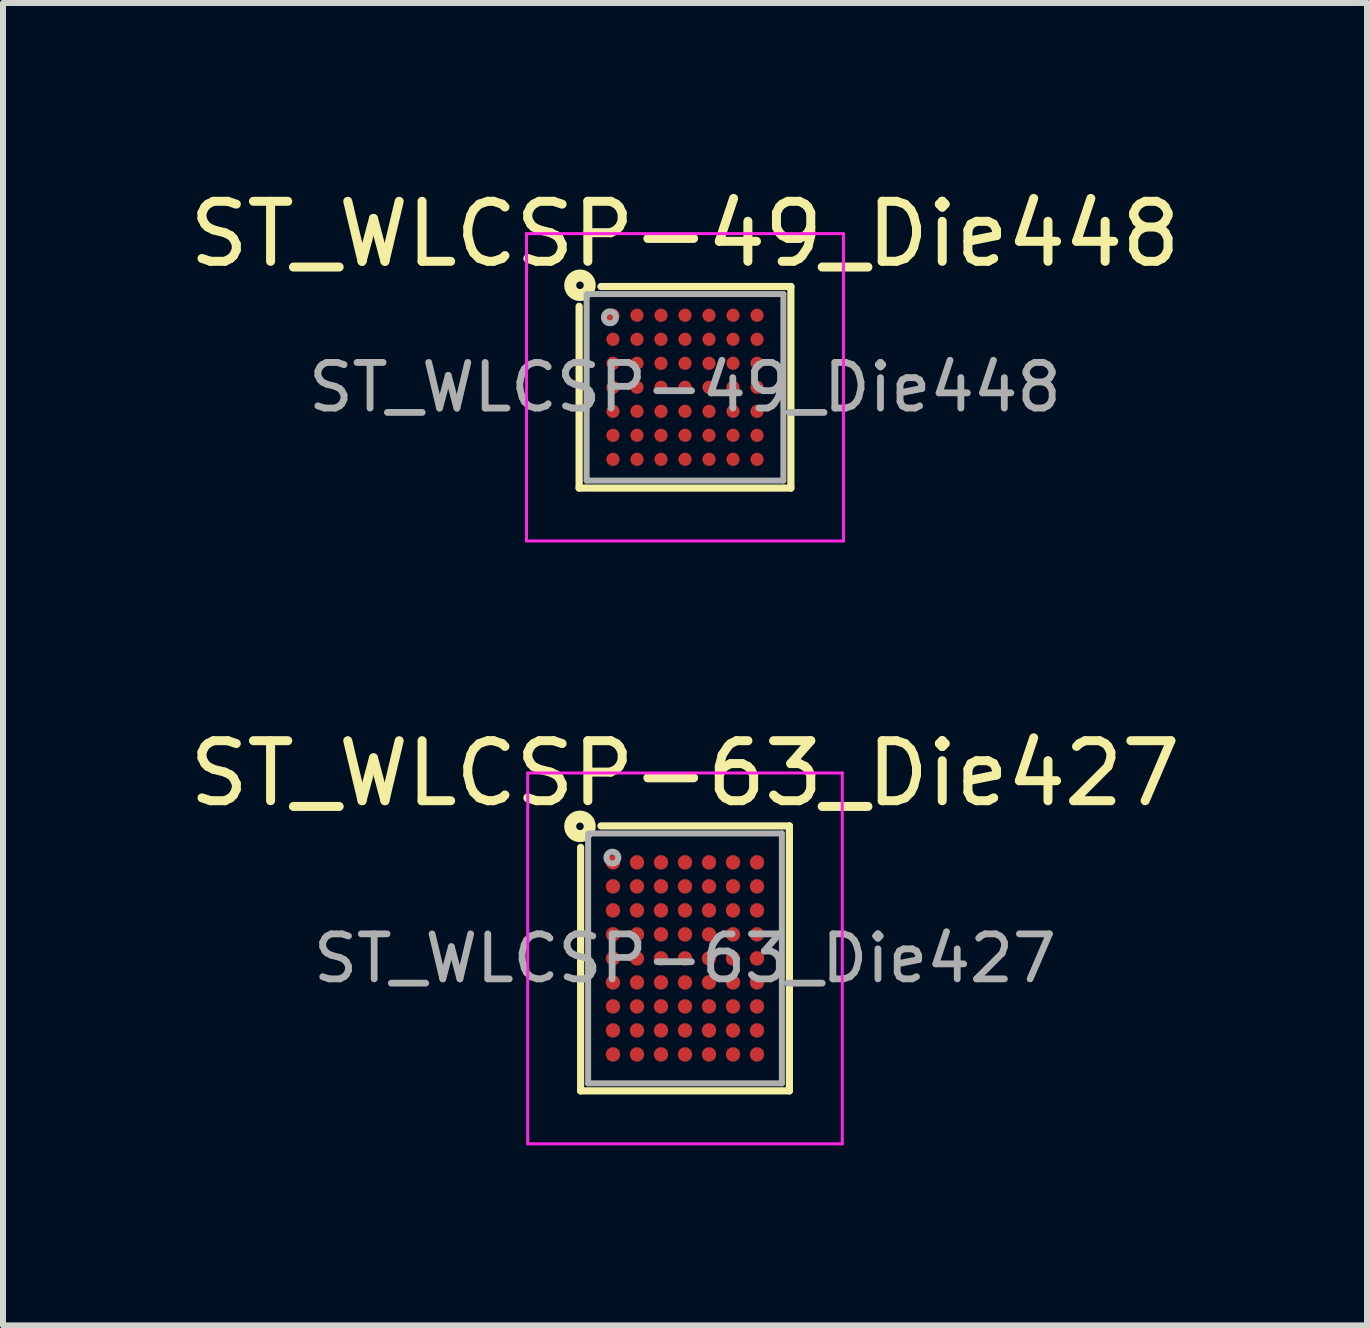
<source format=kicad_pcb>
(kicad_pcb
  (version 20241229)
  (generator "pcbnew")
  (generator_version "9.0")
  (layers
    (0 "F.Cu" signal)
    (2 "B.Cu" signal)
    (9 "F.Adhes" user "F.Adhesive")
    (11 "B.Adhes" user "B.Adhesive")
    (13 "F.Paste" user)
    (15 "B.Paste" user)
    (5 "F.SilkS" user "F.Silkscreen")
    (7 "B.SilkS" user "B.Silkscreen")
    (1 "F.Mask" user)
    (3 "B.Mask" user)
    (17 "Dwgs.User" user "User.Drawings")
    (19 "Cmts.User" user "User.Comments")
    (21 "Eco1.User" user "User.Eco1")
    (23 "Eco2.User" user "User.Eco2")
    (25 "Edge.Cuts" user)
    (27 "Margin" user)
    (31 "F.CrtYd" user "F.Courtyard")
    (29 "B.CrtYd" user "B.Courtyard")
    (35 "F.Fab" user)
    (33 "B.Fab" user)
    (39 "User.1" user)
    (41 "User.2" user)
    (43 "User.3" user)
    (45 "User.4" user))
  (footprint "ST_WLCSP-63_Die427"
    (layer "F.Cu")
    (at 8.363 12.918)
    (property "Reference" "ST_WLCSP-63_Die427" (at 0 -3.082 0) (layer "F.SilkS") (effects (font (size 1 1) (thickness 0.15))))
    (attr smd)
    (fp_line (start -1.739 2.207) (end -1.739 -1.85) (stroke (width 0.12) (type solid)) (layer "F.SilkS"))
    (fp_line (start -1.4 -2.207) (end 1.739 -2.207) (stroke (width 0.12) (type solid)) (layer "F.SilkS"))
    (fp_line (start 1.739 -2.207) (end 1.739 2.207) (stroke (width 0.12) (type solid)) (layer "F.SilkS"))
    (fp_line (start 1.739 2.207) (end -1.739 2.207) (stroke (width 0.12) (type solid)) (layer "F.SilkS"))
    (fp_circle (center -1.75 -2.2) (end -1.687 -2.2) (stroke (width 0.2) (type solid)) (fill no) (layer "F.SilkS"))
    (fp_line (start -2.62 -3.09) (end -2.62 3.09) (stroke (width 0.05) (type solid)) (layer "F.CrtYd"))
    (fp_line (start -2.62 3.09) (end 2.62 3.09) (stroke (width 0.05) (type solid)) (layer "F.CrtYd"))
    (fp_line (start 2.62 -3.09) (end -2.62 -3.09) (stroke (width 0.05) (type solid)) (layer "F.CrtYd"))
    (fp_line (start 2.62 3.09) (end 2.62 -3.09) (stroke (width 0.05) (type solid)) (layer "F.CrtYd"))
    (fp_line (start -1.614 2.082) (end -1.614 -2.07) (stroke (width 0.1) (type solid)) (layer "F.Fab"))
    (fp_line (start -1.61 -2.082) (end 1.614 -2.082) (stroke (width 0.1) (type solid)) (layer "F.Fab"))
    (fp_line (start 1.614 -2.082) (end 1.614 2.082) (stroke (width 0.1) (type solid)) (layer "F.Fab"))
    (fp_line (start 1.614 2.082) (end -1.614 2.082) (stroke (width 0.1) (type solid)) (layer "F.Fab"))
    (fp_circle (center -1.21 -1.679) (end -1.111 -1.679) (stroke (width 0.1) (type solid)) (fill no) (layer "F.Fab"))
    (fp_text user "${REFERENCE}" (at 0 0 0) (layer "F.Fab") (effects (font (size 0.75 0.75) (thickness 0.113))))
    (pad "A1" smd circle (at -1.2 -1.6) (size 0.24 0.24) (layers "F.Cu" "F.Mask" "F.Paste"))
    (pad "A2" smd circle (at -0.8 -1.6) (size 0.24 0.24) (layers "F.Cu" "F.Mask" "F.Paste"))
    (pad "A3" smd circle (at -0.4 -1.6) (size 0.24 0.24) (layers "F.Cu" "F.Mask" "F.Paste"))
    (pad "A4" smd circle (at 0 -1.6) (size 0.24 0.24) (layers "F.Cu" "F.Mask" "F.Paste"))
    (pad "A5" smd circle (at 0.4 -1.6) (size 0.24 0.24) (layers "F.Cu" "F.Mask" "F.Paste"))
    (pad "A6" smd circle (at 0.8 -1.6) (size 0.24 0.24) (layers "F.Cu" "F.Mask" "F.Paste"))
    (pad "A7" smd circle (at 1.2 -1.6) (size 0.24 0.24) (layers "F.Cu" "F.Mask" "F.Paste"))
    (pad "B1" smd circle (at -1.2 -1.2) (size 0.24 0.24) (layers "F.Cu" "F.Mask" "F.Paste"))
    (pad "B2" smd circle (at -0.8 -1.2) (size 0.24 0.24) (layers "F.Cu" "F.Mask" "F.Paste"))
    (pad "B3" smd circle (at -0.4 -1.2) (size 0.24 0.24) (layers "F.Cu" "F.Mask" "F.Paste"))
    (pad "B4" smd circle (at 0 -1.2) (size 0.24 0.24) (layers "F.Cu" "F.Mask" "F.Paste"))
    (pad "B5" smd circle (at 0.4 -1.2) (size 0.24 0.24) (layers "F.Cu" "F.Mask" "F.Paste"))
    (pad "B6" smd circle (at 0.8 -1.2) (size 0.24 0.24) (layers "F.Cu" "F.Mask" "F.Paste"))
    (pad "B7" smd circle (at 1.2 -1.2) (size 0.24 0.24) (layers "F.Cu" "F.Mask" "F.Paste"))
    (pad "C1" smd circle (at -1.2 -0.8) (size 0.24 0.24) (layers "F.Cu" "F.Mask" "F.Paste"))
    (pad "C2" smd circle (at -0.8 -0.8) (size 0.24 0.24) (layers "F.Cu" "F.Mask" "F.Paste"))
    (pad "C3" smd circle (at -0.4 -0.8) (size 0.24 0.24) (layers "F.Cu" "F.Mask" "F.Paste"))
    (pad "C4" smd circle (at 0 -0.8) (size 0.24 0.24) (layers "F.Cu" "F.Mask" "F.Paste"))
    (pad "C5" smd circle (at 0.4 -0.8) (size 0.24 0.24) (layers "F.Cu" "F.Mask" "F.Paste"))
    (pad "C6" smd circle (at 0.8 -0.8) (size 0.24 0.24) (layers "F.Cu" "F.Mask" "F.Paste"))
    (pad "C7" smd circle (at 1.2 -0.8) (size 0.24 0.24) (layers "F.Cu" "F.Mask" "F.Paste"))
    (pad "D1" smd circle (at -1.2 -0.4) (size 0.24 0.24) (layers "F.Cu" "F.Mask" "F.Paste"))
    (pad "D2" smd circle (at -0.8 -0.4) (size 0.24 0.24) (layers "F.Cu" "F.Mask" "F.Paste"))
    (pad "D3" smd circle (at -0.4 -0.4) (size 0.24 0.24) (layers "F.Cu" "F.Mask" "F.Paste"))
    (pad "D4" smd circle (at 0 -0.4) (size 0.24 0.24) (layers "F.Cu" "F.Mask" "F.Paste"))
    (pad "D5" smd circle (at 0.4 -0.4) (size 0.24 0.24) (layers "F.Cu" "F.Mask" "F.Paste"))
    (pad "D6" smd circle (at 0.8 -0.4) (size 0.24 0.24) (layers "F.Cu" "F.Mask" "F.Paste"))
    (pad "D7" smd circle (at 1.2 -0.4) (size 0.24 0.24) (layers "F.Cu" "F.Mask" "F.Paste"))
    (pad "E1" smd circle (at -1.2 0) (size 0.24 0.24) (layers "F.Cu" "F.Mask" "F.Paste"))
    (pad "E2" smd circle (at -0.8 0) (size 0.24 0.24) (layers "F.Cu" "F.Mask" "F.Paste"))
    (pad "E3" smd circle (at -0.4 0) (size 0.24 0.24) (layers "F.Cu" "F.Mask" "F.Paste"))
    (pad "E4" smd circle (at 0 0) (size 0.24 0.24) (layers "F.Cu" "F.Mask" "F.Paste"))
    (pad "E5" smd circle (at 0.4 0) (size 0.24 0.24) (layers "F.Cu" "F.Mask" "F.Paste"))
    (pad "E6" smd circle (at 0.8 0) (size 0.24 0.24) (layers "F.Cu" "F.Mask" "F.Paste"))
    (pad "E7" smd circle (at 1.2 0) (size 0.24 0.24) (layers "F.Cu" "F.Mask" "F.Paste"))
    (pad "F1" smd circle (at -1.2 0.4) (size 0.24 0.24) (layers "F.Cu" "F.Mask" "F.Paste"))
    (pad "F2" smd circle (at -0.8 0.4) (size 0.24 0.24) (layers "F.Cu" "F.Mask" "F.Paste"))
    (pad "F3" smd circle (at -0.4 0.4) (size 0.24 0.24) (layers "F.Cu" "F.Mask" "F.Paste"))
    (pad "F4" smd circle (at 0 0.4) (size 0.24 0.24) (layers "F.Cu" "F.Mask" "F.Paste"))
    (pad "F5" smd circle (at 0.4 0.4) (size 0.24 0.24) (layers "F.Cu" "F.Mask" "F.Paste"))
    (pad "F6" smd circle (at 0.8 0.4) (size 0.24 0.24) (layers "F.Cu" "F.Mask" "F.Paste"))
    (pad "F7" smd circle (at 1.2 0.4) (size 0.24 0.24) (layers "F.Cu" "F.Mask" "F.Paste"))
    (pad "G1" smd circle (at -1.2 0.8) (size 0.24 0.24) (layers "F.Cu" "F.Mask" "F.Paste"))
    (pad "G2" smd circle (at -0.8 0.8) (size 0.24 0.24) (layers "F.Cu" "F.Mask" "F.Paste"))
    (pad "G3" smd circle (at -0.4 0.8) (size 0.24 0.24) (layers "F.Cu" "F.Mask" "F.Paste"))
    (pad "G4" smd circle (at 0 0.8) (size 0.24 0.24) (layers "F.Cu" "F.Mask" "F.Paste"))
    (pad "G5" smd circle (at 0.4 0.8) (size 0.24 0.24) (layers "F.Cu" "F.Mask" "F.Paste"))
    (pad "G6" smd circle (at 0.8 0.8) (size 0.24 0.24) (layers "F.Cu" "F.Mask" "F.Paste"))
    (pad "G7" smd circle (at 1.2 0.8) (size 0.24 0.24) (layers "F.Cu" "F.Mask" "F.Paste"))
    (pad "H1" smd circle (at -1.2 1.2) (size 0.24 0.24) (layers "F.Cu" "F.Mask" "F.Paste"))
    (pad "H2" smd circle (at -0.8 1.2) (size 0.24 0.24) (layers "F.Cu" "F.Mask" "F.Paste"))
    (pad "H3" smd circle (at -0.4 1.2) (size 0.24 0.24) (layers "F.Cu" "F.Mask" "F.Paste"))
    (pad "H4" smd circle (at 0 1.2) (size 0.24 0.24) (layers "F.Cu" "F.Mask" "F.Paste"))
    (pad "H5" smd circle (at 0.4 1.2) (size 0.24 0.24) (layers "F.Cu" "F.Mask" "F.Paste"))
    (pad "H6" smd circle (at 0.8 1.2) (size 0.24 0.24) (layers "F.Cu" "F.Mask" "F.Paste"))
    (pad "H7" smd circle (at 1.2 1.2) (size 0.24 0.24) (layers "F.Cu" "F.Mask" "F.Paste"))
    (pad "J1" smd circle (at -1.2 1.6) (size 0.24 0.24) (layers "F.Cu" "F.Mask" "F.Paste"))
    (pad "J2" smd circle (at -0.8 1.6) (size 0.24 0.24) (layers "F.Cu" "F.Mask" "F.Paste"))
    (pad "J3" smd circle (at -0.4 1.6) (size 0.24 0.24) (layers "F.Cu" "F.Mask" "F.Paste"))
    (pad "J4" smd circle (at 0 1.6) (size 0.24 0.24) (layers "F.Cu" "F.Mask" "F.Paste"))
    (pad "J5" smd circle (at 0.4 1.6) (size 0.24 0.24) (layers "F.Cu" "F.Mask" "F.Paste"))
    (pad "J6" smd circle (at 0.8 1.6) (size 0.24 0.24) (layers "F.Cu" "F.Mask" "F.Paste"))
    (pad "J7" smd circle (at 1.2 1.6) (size 0.24 0.24) (layers "F.Cu" "F.Mask" "F.Paste")))
  (footprint "ST_WLCSP-49_Die448"
    (layer "F.Cu")
    (at 8.363 3.403)
    (property "Reference" "ST_WLCSP-49_Die448" (at 0 -2.554 0) (layer "F.SilkS") (effects (font (size 1 1) (thickness 0.15))))
    (attr smd)
    (fp_line (start -1.764 1.679) (end -1.764 -1.35) (stroke (width 0.12) (type solid)) (layer "F.SilkS"))
    (fp_line (start -1.4 -1.679) (end 1.764 -1.679) (stroke (width 0.12) (type solid)) (layer "F.SilkS"))
    (fp_line (start 1.764 -1.679) (end 1.764 1.679) (stroke (width 0.12) (type solid)) (layer "F.SilkS"))
    (fp_line (start 1.764 1.679) (end -1.764 1.679) (stroke (width 0.12) (type solid)) (layer "F.SilkS"))
    (fp_circle (center -1.75 -1.7) (end -1.687 -1.7) (stroke (width 0.2) (type solid)) (fill no) (layer "F.SilkS"))
    (fp_line (start -2.64 -2.56) (end -2.64 2.56) (stroke (width 0.05) (type solid)) (layer "F.CrtYd"))
    (fp_line (start -2.64 2.56) (end 2.64 2.56) (stroke (width 0.05) (type solid)) (layer "F.CrtYd"))
    (fp_line (start 2.64 -2.56) (end -2.64 -2.56) (stroke (width 0.05) (type solid)) (layer "F.CrtYd"))
    (fp_line (start 2.64 2.56) (end 2.64 -2.56) (stroke (width 0.05) (type solid)) (layer "F.CrtYd"))
    (fp_line (start -1.639 1.554) (end -1.639 -1.55) (stroke (width 0.1) (type solid)) (layer "F.Fab"))
    (fp_line (start -1.63 -1.554) (end 1.639 -1.554) (stroke (width 0.1) (type solid)) (layer "F.Fab"))
    (fp_line (start 1.639 -1.554) (end 1.639 1.554) (stroke (width 0.1) (type solid)) (layer "F.Fab"))
    (fp_line (start 1.639 1.554) (end -1.639 1.554) (stroke (width 0.1) (type solid)) (layer "F.Fab"))
    (fp_circle (center -1.25 -1.166) (end -1.15 -1.166) (stroke (width 0.1) (type solid)) (fill no) (layer "F.Fab"))
    (fp_text user "${REFERENCE}" (at 0 0 0) (layer "F.Fab") (effects (font (size 0.76 0.76) (thickness 0.114))))
    (pad "A1" smd circle (at -1.2 -1.2) (size 0.22 0.22) (layers "F.Cu" "F.Mask" "F.Paste"))
    (pad "A2" smd circle (at -0.8 -1.2) (size 0.22 0.22) (layers "F.Cu" "F.Mask" "F.Paste"))
    (pad "A3" smd circle (at -0.4 -1.2) (size 0.22 0.22) (layers "F.Cu" "F.Mask" "F.Paste"))
    (pad "A4" smd circle (at 0 -1.2) (size 0.22 0.22) (layers "F.Cu" "F.Mask" "F.Paste"))
    (pad "A5" smd circle (at 0.4 -1.2) (size 0.22 0.22) (layers "F.Cu" "F.Mask" "F.Paste"))
    (pad "A6" smd circle (at 0.8 -1.2) (size 0.22 0.22) (layers "F.Cu" "F.Mask" "F.Paste"))
    (pad "A7" smd circle (at 1.2 -1.2) (size 0.22 0.22) (layers "F.Cu" "F.Mask" "F.Paste"))
    (pad "B1" smd circle (at -1.2 -0.8) (size 0.22 0.22) (layers "F.Cu" "F.Mask" "F.Paste"))
    (pad "B2" smd circle (at -0.8 -0.8) (size 0.22 0.22) (layers "F.Cu" "F.Mask" "F.Paste"))
    (pad "B3" smd circle (at -0.4 -0.8) (size 0.22 0.22) (layers "F.Cu" "F.Mask" "F.Paste"))
    (pad "B4" smd circle (at 0 -0.8) (size 0.22 0.22) (layers "F.Cu" "F.Mask" "F.Paste"))
    (pad "B5" smd circle (at 0.4 -0.8) (size 0.22 0.22) (layers "F.Cu" "F.Mask" "F.Paste"))
    (pad "B6" smd circle (at 0.8 -0.8) (size 0.22 0.22) (layers "F.Cu" "F.Mask" "F.Paste"))
    (pad "B7" smd circle (at 1.2 -0.8) (size 0.22 0.22) (layers "F.Cu" "F.Mask" "F.Paste"))
    (pad "C1" smd circle (at -1.2 -0.4) (size 0.22 0.22) (layers "F.Cu" "F.Mask" "F.Paste"))
    (pad "C2" smd circle (at -0.8 -0.4) (size 0.22 0.22) (layers "F.Cu" "F.Mask" "F.Paste"))
    (pad "C3" smd circle (at -0.4 -0.4) (size 0.22 0.22) (layers "F.Cu" "F.Mask" "F.Paste"))
    (pad "C4" smd circle (at 0 -0.4) (size 0.22 0.22) (layers "F.Cu" "F.Mask" "F.Paste"))
    (pad "C5" smd circle (at 0.4 -0.4) (size 0.22 0.22) (layers "F.Cu" "F.Mask" "F.Paste"))
    (pad "C6" smd circle (at 0.8 -0.4) (size 0.22 0.22) (layers "F.Cu" "F.Mask" "F.Paste"))
    (pad "C7" smd circle (at 1.2 -0.4) (size 0.22 0.22) (layers "F.Cu" "F.Mask" "F.Paste"))
    (pad "D1" smd circle (at -1.2 0) (size 0.22 0.22) (layers "F.Cu" "F.Mask" "F.Paste"))
    (pad "D2" smd circle (at -0.8 0) (size 0.22 0.22) (layers "F.Cu" "F.Mask" "F.Paste"))
    (pad "D3" smd circle (at -0.4 0) (size 0.22 0.22) (layers "F.Cu" "F.Mask" "F.Paste"))
    (pad "D4" smd circle (at 0 0) (size 0.22 0.22) (layers "F.Cu" "F.Mask" "F.Paste"))
    (pad "D5" smd circle (at 0.4 0) (size 0.22 0.22) (layers "F.Cu" "F.Mask" "F.Paste"))
    (pad "D6" smd circle (at 0.8 0) (size 0.22 0.22) (layers "F.Cu" "F.Mask" "F.Paste"))
    (pad "D7" smd circle (at 1.2 0) (size 0.22 0.22) (layers "F.Cu" "F.Mask" "F.Paste"))
    (pad "E1" smd circle (at -1.2 0.4) (size 0.22 0.22) (layers "F.Cu" "F.Mask" "F.Paste"))
    (pad "E2" smd circle (at -0.8 0.4) (size 0.22 0.22) (layers "F.Cu" "F.Mask" "F.Paste"))
    (pad "E3" smd circle (at -0.4 0.4) (size 0.22 0.22) (layers "F.Cu" "F.Mask" "F.Paste"))
    (pad "E4" smd circle (at 0 0.4) (size 0.22 0.22) (layers "F.Cu" "F.Mask" "F.Paste"))
    (pad "E5" smd circle (at 0.4 0.4) (size 0.22 0.22) (layers "F.Cu" "F.Mask" "F.Paste"))
    (pad "E6" smd circle (at 0.8 0.4) (size 0.22 0.22) (layers "F.Cu" "F.Mask" "F.Paste"))
    (pad "E7" smd circle (at 1.2 0.4) (size 0.22 0.22) (layers "F.Cu" "F.Mask" "F.Paste"))
    (pad "F1" smd circle (at -1.2 0.8) (size 0.22 0.22) (layers "F.Cu" "F.Mask" "F.Paste"))
    (pad "F2" smd circle (at -0.8 0.8) (size 0.22 0.22) (layers "F.Cu" "F.Mask" "F.Paste"))
    (pad "F3" smd circle (at -0.4 0.8) (size 0.22 0.22) (layers "F.Cu" "F.Mask" "F.Paste"))
    (pad "F4" smd circle (at 0 0.8) (size 0.22 0.22) (layers "F.Cu" "F.Mask" "F.Paste"))
    (pad "F5" smd circle (at 0.4 0.8) (size 0.22 0.22) (layers "F.Cu" "F.Mask" "F.Paste"))
    (pad "F6" smd circle (at 0.8 0.8) (size 0.22 0.22) (layers "F.Cu" "F.Mask" "F.Paste"))
    (pad "F7" smd circle (at 1.2 0.8) (size 0.22 0.22) (layers "F.Cu" "F.Mask" "F.Paste"))
    (pad "G1" smd circle (at -1.2 1.2) (size 0.22 0.22) (layers "F.Cu" "F.Mask" "F.Paste"))
    (pad "G2" smd circle (at -0.8 1.2) (size 0.22 0.22) (layers "F.Cu" "F.Mask" "F.Paste"))
    (pad "G3" smd circle (at -0.4 1.2) (size 0.22 0.22) (layers "F.Cu" "F.Mask" "F.Paste"))
    (pad "G4" smd circle (at 0 1.2) (size 0.22 0.22) (layers "F.Cu" "F.Mask" "F.Paste"))
    (pad "G5" smd circle (at 0.4 1.2) (size 0.22 0.22) (layers "F.Cu" "F.Mask" "F.Paste"))
    (pad "G6" smd circle (at 0.8 1.2) (size 0.22 0.22) (layers "F.Cu" "F.Mask" "F.Paste"))
    (pad "G7" smd circle (at 1.2 1.2) (size 0.22 0.22) (layers "F.Cu" "F.Mask" "F.Paste")))
  (gr_rect
    (start -3 -3)
    (end 19.726 19.033)
    (stroke (width 0.1) (type default))
    (fill no)
    (layer "Edge.Cuts")))
</source>
